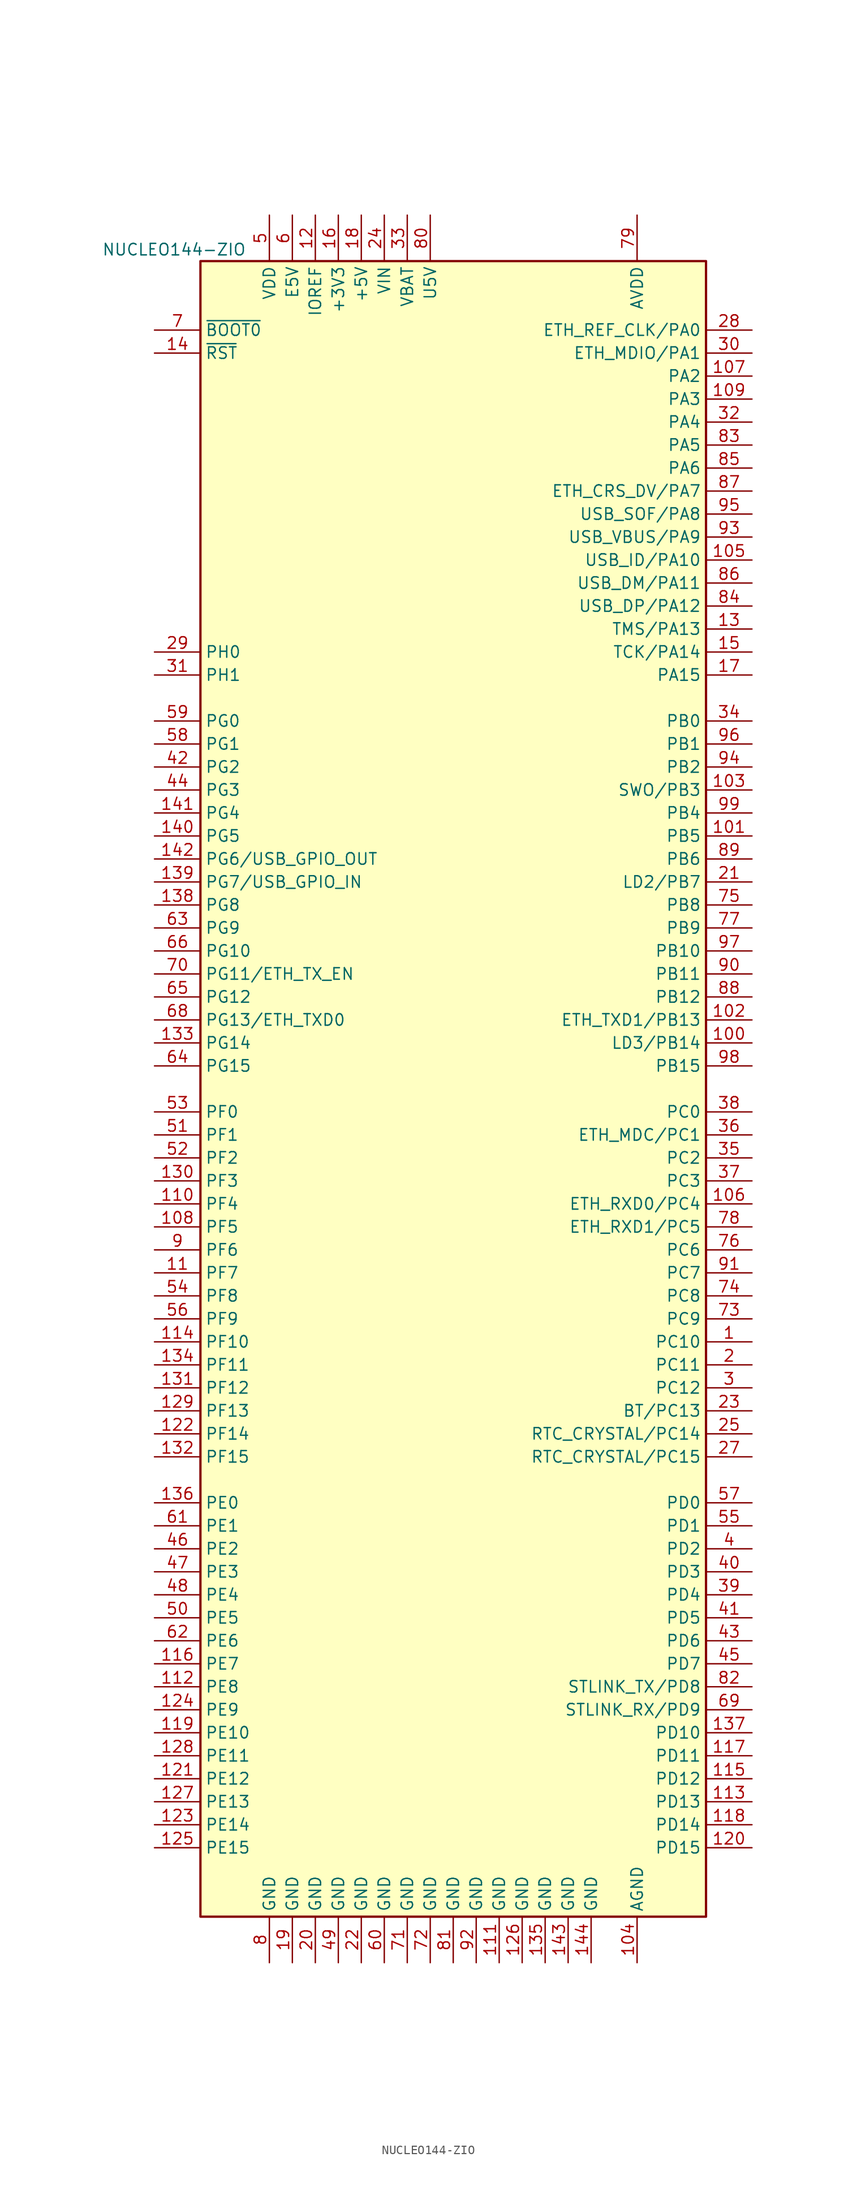
<source format=kicad_sym>
(kicad_symbol_lib
  (version 20211014)
  (generator kicad_symbol_editor)
  (symbol "NUCLEO144-ZIO"
    (property "Reference" "X"
      (at -22.86 94.615 0)
      (effects (font (size 1.27 1.27)) (justify right) hide))
    (property "Value" "NUCLEO144-ZIO"
      (at -22.86 92.71 0)
      (effects (font (size 1.27 1.27)) (justify right)))
    (symbol "NUCLEO144-ZIO_0_1"
      (rectangle (start -27.94 -91.44) (end 27.94 91.44) (stroke (width 0.254) (type default) (color 0 0 0 0)) (fill (type background))))
    (symbol "NUCLEO144-ZIO_1_1"
      (pin bidirectional line (at 33.02 -27.94 180) (length 5.08) (name "PC10" (effects (font (size 1.27 1.27)))) (number "1" (effects (font (size 1.27 1.27)))))
      (pin no_connect line (at -33.02 55.88 0) (length 5.08) hide (name "NC" (effects (font (size 1.27 1.27)))) (number "10" (effects (font (size 1.27 1.27)))))
      (pin bidirectional line (at 33.02 5.08 180) (length 5.08) (name "LD3/PB14" (effects (font (size 1.27 1.27)))) (number "100" (effects (font (size 1.27 1.27)))))
      (pin bidirectional line (at 33.02 27.94 180) (length 5.08) (name "PB5" (effects (font (size 1.27 1.27)))) (number "101" (effects (font (size 1.27 1.27)))))
      (pin bidirectional line (at 33.02 7.62 180) (length 5.08) (name "ETH_TXD1/PB13" (effects (font (size 1.27 1.27)))) (number "102" (effects (font (size 1.27 1.27)))))
      (pin bidirectional line (at 33.02 33.02 180) (length 5.08) (name "SWO/PB3" (effects (font (size 1.27 1.27)))) (number "103" (effects (font (size 1.27 1.27)))))
      (pin power_in line (at 20.32 -96.52 90) (length 5.08) (name "AGND" (effects (font (size 1.27 1.27)))) (number "104" (effects (font (size 1.27 1.27)))))
      (pin bidirectional line (at 33.02 58.42 180) (length 5.08) (name "USB_ID/PA10" (effects (font (size 1.27 1.27)))) (number "105" (effects (font (size 1.27 1.27)))))
      (pin bidirectional line (at 33.02 -12.7 180) (length 5.08) (name "ETH_RXD0/PC4" (effects (font (size 1.27 1.27)))) (number "106" (effects (font (size 1.27 1.27)))))
      (pin bidirectional line (at 33.02 78.74 180) (length 5.08) (name "PA2" (effects (font (size 1.27 1.27)))) (number "107" (effects (font (size 1.27 1.27)))))
      (pin bidirectional line (at -33.02 -15.24 0) (length 5.08) (name "PF5" (effects (font (size 1.27 1.27)))) (number "108" (effects (font (size 1.27 1.27)))))
      (pin bidirectional line (at 33.02 76.2 180) (length 5.08) (name "PA3" (effects (font (size 1.27 1.27)))) (number "109" (effects (font (size 1.27 1.27)))))
      (pin bidirectional line (at -33.02 -20.32 0) (length 5.08) (name "PF7" (effects (font (size 1.27 1.27)))) (number "11" (effects (font (size 1.27 1.27)))))
      (pin bidirectional line (at -33.02 -12.7 0) (length 5.08) (name "PF4" (effects (font (size 1.27 1.27)))) (number "110" (effects (font (size 1.27 1.27)))))
      (pin power_in line (at 5.08 -96.52 90) (length 5.08) (name "GND" (effects (font (size 1.27 1.27)))) (number "111" (effects (font (size 1.27 1.27)))))
      (pin bidirectional line (at -33.02 -66.04 0) (length 5.08) (name "PE8" (effects (font (size 1.27 1.27)))) (number "112" (effects (font (size 1.27 1.27)))))
      (pin bidirectional line (at 33.02 -78.74 180) (length 5.08) (name "PD13" (effects (font (size 1.27 1.27)))) (number "113" (effects (font (size 1.27 1.27)))))
      (pin bidirectional line (at -33.02 -27.94 0) (length 5.08) (name "PF10" (effects (font (size 1.27 1.27)))) (number "114" (effects (font (size 1.27 1.27)))))
      (pin bidirectional line (at 33.02 -76.2 180) (length 5.08) (name "PD12" (effects (font (size 1.27 1.27)))) (number "115" (effects (font (size 1.27 1.27)))))
      (pin bidirectional line (at -33.02 -63.5 0) (length 5.08) (name "PE7" (effects (font (size 1.27 1.27)))) (number "116" (effects (font (size 1.27 1.27)))))
      (pin bidirectional line (at 33.02 -73.66 180) (length 5.08) (name "PD11" (effects (font (size 1.27 1.27)))) (number "117" (effects (font (size 1.27 1.27)))))
      (pin bidirectional line (at 33.02 -81.28 180) (length 5.08) (name "PD14" (effects (font (size 1.27 1.27)))) (number "118" (effects (font (size 1.27 1.27)))))
      (pin bidirectional line (at -33.02 -71.12 0) (length 5.08) (name "PE10" (effects (font (size 1.27 1.27)))) (number "119" (effects (font (size 1.27 1.27)))))
      (pin power_in line (at -15.24 96.52 270) (length 5.08) (name "IOREF" (effects (font (size 1.27 1.27)))) (number "12" (effects (font (size 1.27 1.27)))))
      (pin bidirectional line (at 33.02 -83.82 180) (length 5.08) (name "PD15" (effects (font (size 1.27 1.27)))) (number "120" (effects (font (size 1.27 1.27)))))
      (pin bidirectional line (at -33.02 -76.2 0) (length 5.08) (name "PE12" (effects (font (size 1.27 1.27)))) (number "121" (effects (font (size 1.27 1.27)))))
      (pin bidirectional line (at -33.02 -38.1 0) (length 5.08) (name "PF14" (effects (font (size 1.27 1.27)))) (number "122" (effects (font (size 1.27 1.27)))))
      (pin bidirectional line (at -33.02 -81.28 0) (length 5.08) (name "PE14" (effects (font (size 1.27 1.27)))) (number "123" (effects (font (size 1.27 1.27)))))
      (pin bidirectional line (at -33.02 -68.58 0) (length 5.08) (name "PE9" (effects (font (size 1.27 1.27)))) (number "124" (effects (font (size 1.27 1.27)))))
      (pin bidirectional line (at -33.02 -83.82 0) (length 5.08) (name "PE15" (effects (font (size 1.27 1.27)))) (number "125" (effects (font (size 1.27 1.27)))))
      (pin power_in line (at 7.62 -96.52 90) (length 5.08) (name "GND" (effects (font (size 1.27 1.27)))) (number "126" (effects (font (size 1.27 1.27)))))
      (pin bidirectional line (at -33.02 -78.74 0) (length 5.08) (name "PE13" (effects (font (size 1.27 1.27)))) (number "127" (effects (font (size 1.27 1.27)))))
      (pin bidirectional line (at -33.02 -73.66 0) (length 5.08) (name "PE11" (effects (font (size 1.27 1.27)))) (number "128" (effects (font (size 1.27 1.27)))))
      (pin bidirectional line (at -33.02 -35.56 0) (length 5.08) (name "PF13" (effects (font (size 1.27 1.27)))) (number "129" (effects (font (size 1.27 1.27)))))
      (pin bidirectional line (at 33.02 50.8 180) (length 5.08) (name "TMS/PA13" (effects (font (size 1.27 1.27)))) (number "13" (effects (font (size 1.27 1.27)))))
      (pin bidirectional line (at -33.02 -10.16 0) (length 5.08) (name "PF3" (effects (font (size 1.27 1.27)))) (number "130" (effects (font (size 1.27 1.27)))))
      (pin bidirectional line (at -33.02 -33.02 0) (length 5.08) (name "PF12" (effects (font (size 1.27 1.27)))) (number "131" (effects (font (size 1.27 1.27)))))
      (pin bidirectional line (at -33.02 -40.64 0) (length 5.08) (name "PF15" (effects (font (size 1.27 1.27)))) (number "132" (effects (font (size 1.27 1.27)))))
      (pin bidirectional line (at -33.02 5.08 0) (length 5.08) (name "PG14" (effects (font (size 1.27 1.27)))) (number "133" (effects (font (size 1.27 1.27)))))
      (pin bidirectional line (at -33.02 -30.48 0) (length 5.08) (name "PF11" (effects (font (size 1.27 1.27)))) (number "134" (effects (font (size 1.27 1.27)))))
      (pin power_in line (at 10.16 -96.52 90) (length 5.08) (name "GND" (effects (font (size 1.27 1.27)))) (number "135" (effects (font (size 1.27 1.27)))))
      (pin bidirectional line (at -33.02 -45.72 0) (length 5.08) (name "PE0" (effects (font (size 1.27 1.27)))) (number "136" (effects (font (size 1.27 1.27)))))
      (pin bidirectional line (at 33.02 -71.12 180) (length 5.08) (name "PD10" (effects (font (size 1.27 1.27)))) (number "137" (effects (font (size 1.27 1.27)))))
      (pin bidirectional line (at -33.02 20.32 0) (length 5.08) (name "PG8" (effects (font (size 1.27 1.27)))) (number "138" (effects (font (size 1.27 1.27)))))
      (pin bidirectional line (at -33.02 22.86 0) (length 5.08) (name "PG7/USB_GPIO_IN" (effects (font (size 1.27 1.27)))) (number "139" (effects (font (size 1.27 1.27)))))
      (pin input line (at -33.02 81.28 0) (length 5.08) (name "~{RST}" (effects (font (size 1.27 1.27)))) (number "14" (effects (font (size 1.27 1.27)))))
      (pin bidirectional line (at -33.02 27.94 0) (length 5.08) (name "PG5" (effects (font (size 1.27 1.27)))) (number "140" (effects (font (size 1.27 1.27)))))
      (pin bidirectional line (at -33.02 30.48 0) (length 5.08) (name "PG4" (effects (font (size 1.27 1.27)))) (number "141" (effects (font (size 1.27 1.27)))))
      (pin bidirectional line (at -33.02 25.4 0) (length 5.08) (name "PG6/USB_GPIO_OUT" (effects (font (size 1.27 1.27)))) (number "142" (effects (font (size 1.27 1.27)))))
      (pin power_in line (at 12.7 -96.52 90) (length 5.08) (name "GND" (effects (font (size 1.27 1.27)))) (number "143" (effects (font (size 1.27 1.27)))))
      (pin power_in line (at 15.24 -96.52 90) (length 5.08) (name "GND" (effects (font (size 1.27 1.27)))) (number "144" (effects (font (size 1.27 1.27)))))
      (pin bidirectional line (at 33.02 48.26 180) (length 5.08) (name "TCK/PA14" (effects (font (size 1.27 1.27)))) (number "15" (effects (font (size 1.27 1.27)))))
      (pin power_in line (at -12.7 96.52 270) (length 5.08) (name "+3V3" (effects (font (size 1.27 1.27)))) (number "16" (effects (font (size 1.27 1.27)))))
      (pin bidirectional line (at 33.02 45.72 180) (length 5.08) (name "PA15" (effects (font (size 1.27 1.27)))) (number "17" (effects (font (size 1.27 1.27)))))
      (pin power_in line (at -10.16 96.52 270) (length 5.08) (name "+5V" (effects (font (size 1.27 1.27)))) (number "18" (effects (font (size 1.27 1.27)))))
      (pin power_in line (at -17.78 -96.52 90) (length 5.08) (name "GND" (effects (font (size 1.27 1.27)))) (number "19" (effects (font (size 1.27 1.27)))))
      (pin bidirectional line (at 33.02 -30.48 180) (length 5.08) (name "PC11" (effects (font (size 1.27 1.27)))) (number "2" (effects (font (size 1.27 1.27)))))
      (pin power_in line (at -15.24 -96.52 90) (length 5.08) (name "GND" (effects (font (size 1.27 1.27)))) (number "20" (effects (font (size 1.27 1.27)))))
      (pin bidirectional line (at 33.02 22.86 180) (length 5.08) (name "LD2/PB7" (effects (font (size 1.27 1.27)))) (number "21" (effects (font (size 1.27 1.27)))))
      (pin power_in line (at -10.16 -96.52 90) (length 5.08) (name "GND" (effects (font (size 1.27 1.27)))) (number "22" (effects (font (size 1.27 1.27)))))
      (pin bidirectional line (at 33.02 -35.56 180) (length 5.08) (name "BT/PC13" (effects (font (size 1.27 1.27)))) (number "23" (effects (font (size 1.27 1.27)))))
      (pin power_in line (at -7.62 96.52 270) (length 5.08) (name "VIN" (effects (font (size 1.27 1.27)))) (number "24" (effects (font (size 1.27 1.27)))))
      (pin bidirectional line (at 33.02 -38.1 180) (length 5.08) (name "RTC_CRYSTAL/PC14" (effects (font (size 1.27 1.27)))) (number "25" (effects (font (size 1.27 1.27)))))
      (pin no_connect line (at -33.02 58.42 0) (length 5.08) hide (name "NC" (effects (font (size 1.27 1.27)))) (number "26" (effects (font (size 1.27 1.27)))))
      (pin bidirectional line (at 33.02 -40.64 180) (length 5.08) (name "RTC_CRYSTAL/PC15" (effects (font (size 1.27 1.27)))) (number "27" (effects (font (size 1.27 1.27)))))
      (pin bidirectional line (at 33.02 83.82 180) (length 5.08) (name "ETH_REF_CLK/PA0" (effects (font (size 1.27 1.27)))) (number "28" (effects (font (size 1.27 1.27)))))
      (pin bidirectional line (at -33.02 48.26 0) (length 5.08) (name "PH0" (effects (font (size 1.27 1.27)))) (number "29" (effects (font (size 1.27 1.27)))))
      (pin bidirectional line (at 33.02 -33.02 180) (length 5.08) (name "PC12" (effects (font (size 1.27 1.27)))) (number "3" (effects (font (size 1.27 1.27)))))
      (pin bidirectional line (at 33.02 81.28 180) (length 5.08) (name "ETH_MDIO/PA1" (effects (font (size 1.27 1.27)))) (number "30" (effects (font (size 1.27 1.27)))))
      (pin bidirectional line (at -33.02 45.72 0) (length 5.08) (name "PH1" (effects (font (size 1.27 1.27)))) (number "31" (effects (font (size 1.27 1.27)))))
      (pin bidirectional line (at 33.02 73.66 180) (length 5.08) (name "PA4" (effects (font (size 1.27 1.27)))) (number "32" (effects (font (size 1.27 1.27)))))
      (pin power_in line (at -5.08 96.52 270) (length 5.08) (name "VBAT" (effects (font (size 1.27 1.27)))) (number "33" (effects (font (size 1.27 1.27)))))
      (pin bidirectional line (at 33.02 40.64 180) (length 5.08) (name "PB0" (effects (font (size 1.27 1.27)))) (number "34" (effects (font (size 1.27 1.27)))))
      (pin bidirectional line (at 33.02 -7.62 180) (length 5.08) (name "PC2" (effects (font (size 1.27 1.27)))) (number "35" (effects (font (size 1.27 1.27)))))
      (pin bidirectional line (at 33.02 -5.08 180) (length 5.08) (name "ETH_MDC/PC1" (effects (font (size 1.27 1.27)))) (number "36" (effects (font (size 1.27 1.27)))))
      (pin bidirectional line (at 33.02 -10.16 180) (length 5.08) (name "PC3" (effects (font (size 1.27 1.27)))) (number "37" (effects (font (size 1.27 1.27)))))
      (pin bidirectional line (at 33.02 -2.54 180) (length 5.08) (name "PC0" (effects (font (size 1.27 1.27)))) (number "38" (effects (font (size 1.27 1.27)))))
      (pin bidirectional line (at 33.02 -55.88 180) (length 5.08) (name "PD4" (effects (font (size 1.27 1.27)))) (number "39" (effects (font (size 1.27 1.27)))))
      (pin bidirectional line (at 33.02 -50.8 180) (length 5.08) (name "PD2" (effects (font (size 1.27 1.27)))) (number "4" (effects (font (size 1.27 1.27)))))
      (pin bidirectional line (at 33.02 -53.34 180) (length 5.08) (name "PD3" (effects (font (size 1.27 1.27)))) (number "40" (effects (font (size 1.27 1.27)))))
      (pin bidirectional line (at 33.02 -58.42 180) (length 5.08) (name "PD5" (effects (font (size 1.27 1.27)))) (number "41" (effects (font (size 1.27 1.27)))))
      (pin bidirectional line (at -33.02 35.56 0) (length 5.08) (name "PG2" (effects (font (size 1.27 1.27)))) (number "42" (effects (font (size 1.27 1.27)))))
      (pin bidirectional line (at 33.02 -60.96 180) (length 5.08) (name "PD6" (effects (font (size 1.27 1.27)))) (number "43" (effects (font (size 1.27 1.27)))))
      (pin bidirectional line (at -33.02 33.02 0) (length 5.08) (name "PG3" (effects (font (size 1.27 1.27)))) (number "44" (effects (font (size 1.27 1.27)))))
      (pin bidirectional line (at 33.02 -63.5 180) (length 5.08) (name "PD7" (effects (font (size 1.27 1.27)))) (number "45" (effects (font (size 1.27 1.27)))))
      (pin bidirectional line (at -33.02 -50.8 0) (length 5.08) (name "PE2" (effects (font (size 1.27 1.27)))) (number "46" (effects (font (size 1.27 1.27)))))
      (pin bidirectional line (at -33.02 -53.34 0) (length 5.08) (name "PE3" (effects (font (size 1.27 1.27)))) (number "47" (effects (font (size 1.27 1.27)))))
      (pin bidirectional line (at -33.02 -55.88 0) (length 5.08) (name "PE4" (effects (font (size 1.27 1.27)))) (number "48" (effects (font (size 1.27 1.27)))))
      (pin power_in line (at -12.7 -96.52 90) (length 5.08) (name "GND" (effects (font (size 1.27 1.27)))) (number "49" (effects (font (size 1.27 1.27)))))
      (pin power_in line (at -20.32 96.52 270) (length 5.08) (name "VDD" (effects (font (size 1.27 1.27)))) (number "5" (effects (font (size 1.27 1.27)))))
      (pin bidirectional line (at -33.02 -58.42 0) (length 5.08) (name "PE5" (effects (font (size 1.27 1.27)))) (number "50" (effects (font (size 1.27 1.27)))))
      (pin bidirectional line (at -33.02 -5.08 0) (length 5.08) (name "PF1" (effects (font (size 1.27 1.27)))) (number "51" (effects (font (size 1.27 1.27)))))
      (pin bidirectional line (at -33.02 -7.62 0) (length 5.08) (name "PF2" (effects (font (size 1.27 1.27)))) (number "52" (effects (font (size 1.27 1.27)))))
      (pin bidirectional line (at -33.02 -2.54 0) (length 5.08) (name "PF0" (effects (font (size 1.27 1.27)))) (number "53" (effects (font (size 1.27 1.27)))))
      (pin bidirectional line (at -33.02 -22.86 0) (length 5.08) (name "PF8" (effects (font (size 1.27 1.27)))) (number "54" (effects (font (size 1.27 1.27)))))
      (pin bidirectional line (at 33.02 -48.26 180) (length 5.08) (name "PD1" (effects (font (size 1.27 1.27)))) (number "55" (effects (font (size 1.27 1.27)))))
      (pin bidirectional line (at -33.02 -25.4 0) (length 5.08) (name "PF9" (effects (font (size 1.27 1.27)))) (number "56" (effects (font (size 1.27 1.27)))))
      (pin bidirectional line (at 33.02 -45.72 180) (length 5.08) (name "PD0" (effects (font (size 1.27 1.27)))) (number "57" (effects (font (size 1.27 1.27)))))
      (pin bidirectional line (at -33.02 38.1 0) (length 5.08) (name "PG1" (effects (font (size 1.27 1.27)))) (number "58" (effects (font (size 1.27 1.27)))))
      (pin bidirectional line (at -33.02 40.64 0) (length 5.08) (name "PG0" (effects (font (size 1.27 1.27)))) (number "59" (effects (font (size 1.27 1.27)))))
      (pin power_in line (at -17.78 96.52 270) (length 5.08) (name "E5V" (effects (font (size 1.27 1.27)))) (number "6" (effects (font (size 1.27 1.27)))))
      (pin power_in line (at -7.62 -96.52 90) (length 5.08) (name "GND" (effects (font (size 1.27 1.27)))) (number "60" (effects (font (size 1.27 1.27)))))
      (pin bidirectional line (at -33.02 -48.26 0) (length 5.08) (name "PE1" (effects (font (size 1.27 1.27)))) (number "61" (effects (font (size 1.27 1.27)))))
      (pin bidirectional line (at -33.02 -60.96 0) (length 5.08) (name "PE6" (effects (font (size 1.27 1.27)))) (number "62" (effects (font (size 1.27 1.27)))))
      (pin bidirectional line (at -33.02 17.78 0) (length 5.08) (name "PG9" (effects (font (size 1.27 1.27)))) (number "63" (effects (font (size 1.27 1.27)))))
      (pin bidirectional line (at -33.02 2.54 0) (length 5.08) (name "PG15" (effects (font (size 1.27 1.27)))) (number "64" (effects (font (size 1.27 1.27)))))
      (pin bidirectional line (at -33.02 10.16 0) (length 5.08) (name "PG12" (effects (font (size 1.27 1.27)))) (number "65" (effects (font (size 1.27 1.27)))))
      (pin bidirectional line (at -33.02 15.24 0) (length 5.08) (name "PG10" (effects (font (size 1.27 1.27)))) (number "66" (effects (font (size 1.27 1.27)))))
      (pin no_connect line (at -33.02 53.34 0) (length 5.08) hide (name "NC" (effects (font (size 1.27 1.27)))) (number "67" (effects (font (size 1.27 1.27)))))
      (pin bidirectional line (at -33.02 7.62 0) (length 5.08) (name "PG13/ETH_TXD0" (effects (font (size 1.27 1.27)))) (number "68" (effects (font (size 1.27 1.27)))))
      (pin bidirectional line (at 33.02 -68.58 180) (length 5.08) (name "STLINK_RX/PD9" (effects (font (size 1.27 1.27)))) (number "69" (effects (font (size 1.27 1.27)))))
      (pin input line (at -33.02 83.82 0) (length 5.08) (name "~{BOOT0}" (effects (font (size 1.27 1.27)))) (number "7" (effects (font (size 1.27 1.27)))))
      (pin bidirectional line (at -33.02 12.7 0) (length 5.08) (name "PG11/ETH_TX_EN" (effects (font (size 1.27 1.27)))) (number "70" (effects (font (size 1.27 1.27)))))
      (pin power_in line (at -5.08 -96.52 90) (length 5.08) (name "GND" (effects (font (size 1.27 1.27)))) (number "71" (effects (font (size 1.27 1.27)))))
      (pin power_in line (at -2.54 -96.52 90) (length 5.08) (name "GND" (effects (font (size 1.27 1.27)))) (number "72" (effects (font (size 1.27 1.27)))))
      (pin bidirectional line (at 33.02 -25.4 180) (length 5.08) (name "PC9" (effects (font (size 1.27 1.27)))) (number "73" (effects (font (size 1.27 1.27)))))
      (pin bidirectional line (at 33.02 -22.86 180) (length 5.08) (name "PC8" (effects (font (size 1.27 1.27)))) (number "74" (effects (font (size 1.27 1.27)))))
      (pin bidirectional line (at 33.02 20.32 180) (length 5.08) (name "PB8" (effects (font (size 1.27 1.27)))) (number "75" (effects (font (size 1.27 1.27)))))
      (pin bidirectional line (at 33.02 -17.78 180) (length 5.08) (name "PC6" (effects (font (size 1.27 1.27)))) (number "76" (effects (font (size 1.27 1.27)))))
      (pin bidirectional line (at 33.02 17.78 180) (length 5.08) (name "PB9" (effects (font (size 1.27 1.27)))) (number "77" (effects (font (size 1.27 1.27)))))
      (pin bidirectional line (at 33.02 -15.24 180) (length 5.08) (name "ETH_RXD1/PC5" (effects (font (size 1.27 1.27)))) (number "78" (effects (font (size 1.27 1.27)))))
      (pin power_in line (at 20.32 96.52 270) (length 5.08) (name "AVDD" (effects (font (size 1.27 1.27)))) (number "79" (effects (font (size 1.27 1.27)))))
      (pin power_in line (at -20.32 -96.52 90) (length 5.08) (name "GND" (effects (font (size 1.27 1.27)))) (number "8" (effects (font (size 1.27 1.27)))))
      (pin power_in line (at -2.54 96.52 270) (length 5.08) (name "U5V" (effects (font (size 1.27 1.27)))) (number "80" (effects (font (size 1.27 1.27)))))
      (pin power_in line (at 0 -96.52 90) (length 5.08) (name "GND" (effects (font (size 1.27 1.27)))) (number "81" (effects (font (size 1.27 1.27)))))
      (pin bidirectional line (at 33.02 -66.04 180) (length 5.08) (name "STLINK_TX/PD8" (effects (font (size 1.27 1.27)))) (number "82" (effects (font (size 1.27 1.27)))))
      (pin bidirectional line (at 33.02 71.12 180) (length 5.08) (name "PA5" (effects (font (size 1.27 1.27)))) (number "83" (effects (font (size 1.27 1.27)))))
      (pin bidirectional line (at 33.02 53.34 180) (length 5.08) (name "USB_DP/PA12" (effects (font (size 1.27 1.27)))) (number "84" (effects (font (size 1.27 1.27)))))
      (pin bidirectional line (at 33.02 68.58 180) (length 5.08) (name "PA6" (effects (font (size 1.27 1.27)))) (number "85" (effects (font (size 1.27 1.27)))))
      (pin bidirectional line (at 33.02 55.88 180) (length 5.08) (name "USB_DM/PA11" (effects (font (size 1.27 1.27)))) (number "86" (effects (font (size 1.27 1.27)))))
      (pin bidirectional line (at 33.02 66.04 180) (length 5.08) (name "ETH_CRS_DV/PA7" (effects (font (size 1.27 1.27)))) (number "87" (effects (font (size 1.27 1.27)))))
      (pin bidirectional line (at 33.02 10.16 180) (length 5.08) (name "PB12" (effects (font (size 1.27 1.27)))) (number "88" (effects (font (size 1.27 1.27)))))
      (pin bidirectional line (at 33.02 25.4 180) (length 5.08) (name "PB6" (effects (font (size 1.27 1.27)))) (number "89" (effects (font (size 1.27 1.27)))))
      (pin bidirectional line (at -33.02 -17.78 0) (length 5.08) (name "PF6" (effects (font (size 1.27 1.27)))) (number "9" (effects (font (size 1.27 1.27)))))
      (pin bidirectional line (at 33.02 12.7 180) (length 5.08) (name "PB11" (effects (font (size 1.27 1.27)))) (number "90" (effects (font (size 1.27 1.27)))))
      (pin bidirectional line (at 33.02 -20.32 180) (length 5.08) (name "PC7" (effects (font (size 1.27 1.27)))) (number "91" (effects (font (size 1.27 1.27)))))
      (pin power_in line (at 2.54 -96.52 90) (length 5.08) (name "GND" (effects (font (size 1.27 1.27)))) (number "92" (effects (font (size 1.27 1.27)))))
      (pin bidirectional line (at 33.02 60.96 180) (length 5.08) (name "USB_VBUS/PA9" (effects (font (size 1.27 1.27)))) (number "93" (effects (font (size 1.27 1.27)))))
      (pin bidirectional line (at 33.02 35.56 180) (length 5.08) (name "PB2" (effects (font (size 1.27 1.27)))) (number "94" (effects (font (size 1.27 1.27)))))
      (pin bidirectional line (at 33.02 63.5 180) (length 5.08) (name "USB_SOF/PA8" (effects (font (size 1.27 1.27)))) (number "95" (effects (font (size 1.27 1.27)))))
      (pin bidirectional line (at 33.02 38.1 180) (length 5.08) (name "PB1" (effects (font (size 1.27 1.27)))) (number "96" (effects (font (size 1.27 1.27)))))
      (pin bidirectional line (at 33.02 15.24 180) (length 5.08) (name "PB10" (effects (font (size 1.27 1.27)))) (number "97" (effects (font (size 1.27 1.27)))))
      (pin bidirectional line (at 33.02 2.54 180) (length 5.08) (name "PB15" (effects (font (size 1.27 1.27)))) (number "98" (effects (font (size 1.27 1.27)))))
      (pin bidirectional line (at 33.02 30.48 180) (length 5.08) (name "PB4" (effects (font (size 1.27 1.27)))) (number "99" (effects (font (size 1.27 1.27))))))))
</source>
